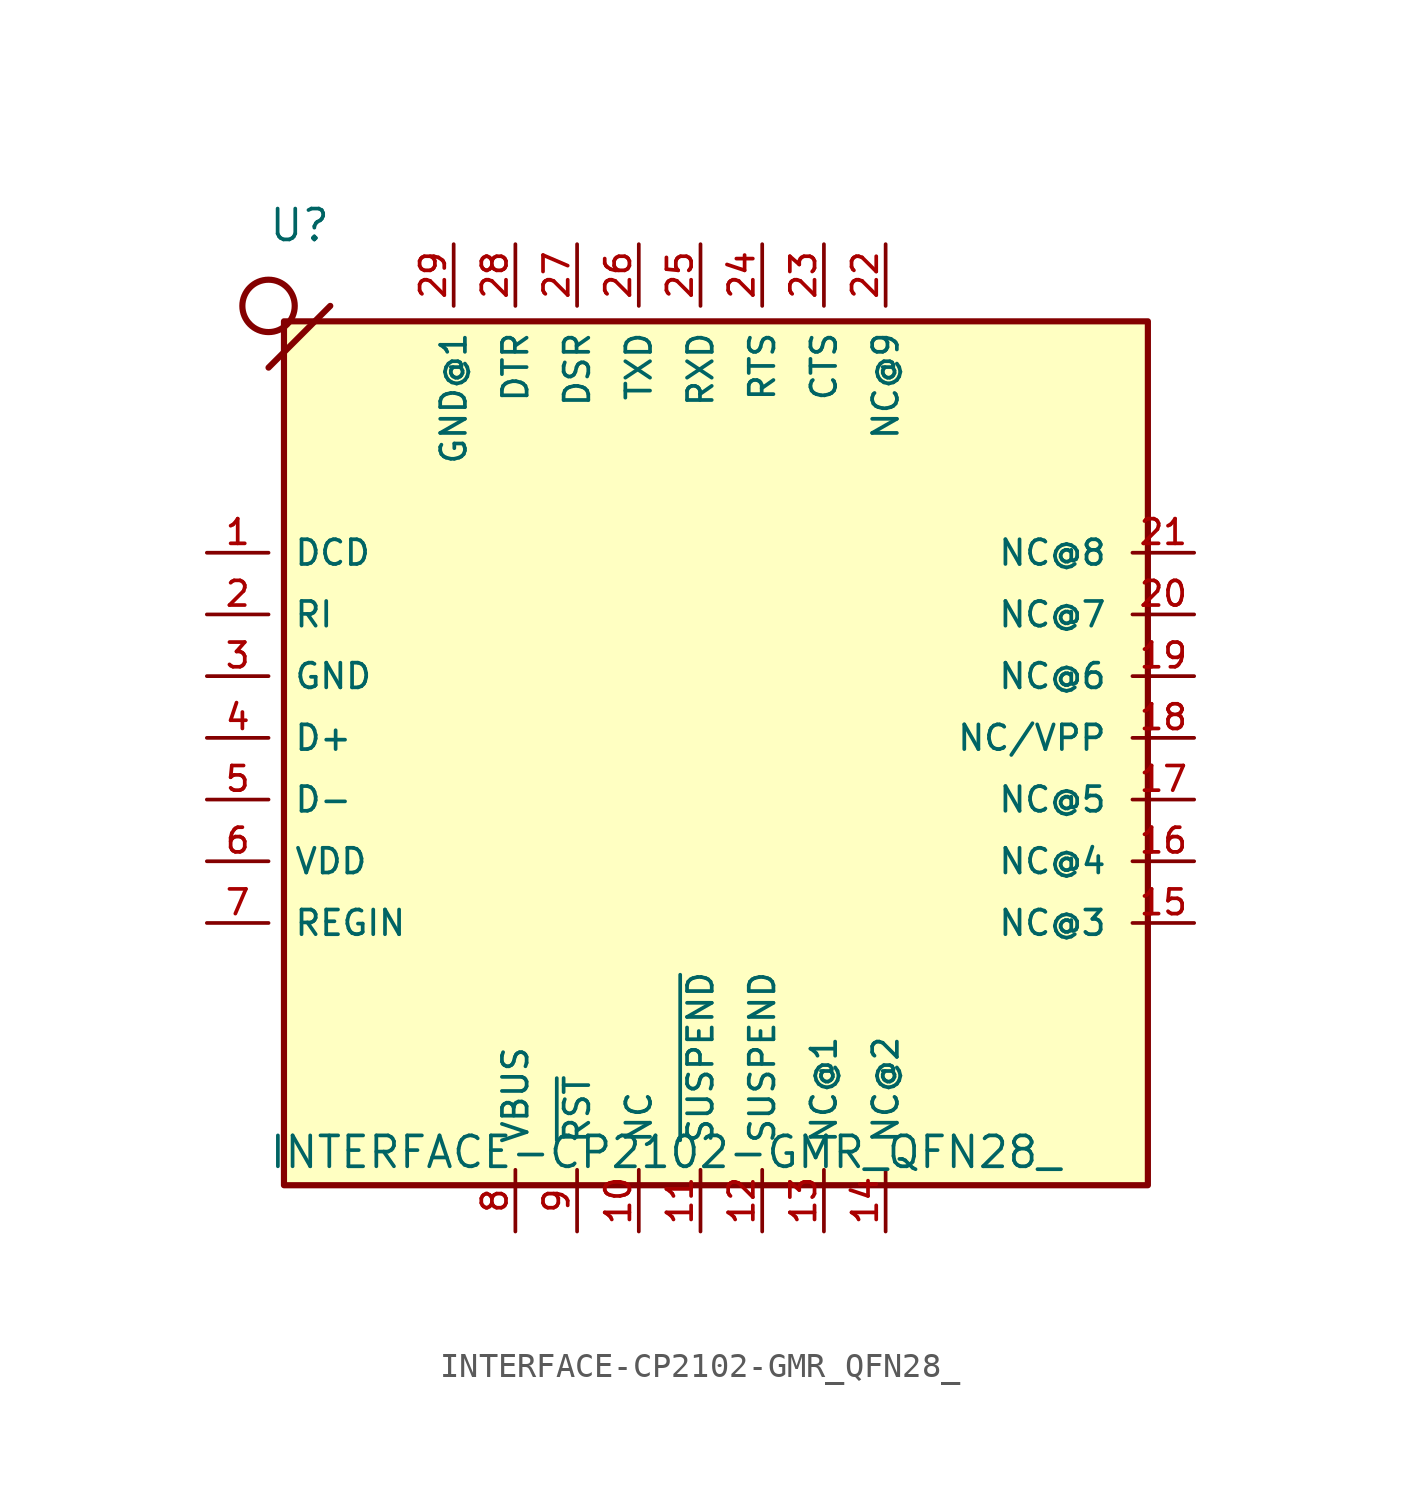
<source format=kicad_sym>
(kicad_symbol_lib
  (version 20241209)
  (generator "kicad_symbol_editor")
  (generator_version "9.0")
  (symbol "INTERFACE-CP2102-GMR_QFN28_"
    (pin_names
      (offset 1.016))
    (property "Reference" "U"
      (at -17.809 20.353 0)
      (effects (font (size 1.27 1.27)) (justify left bottom)))
    (property "Value" "INTERFACE-CP2102-GMR_QFN28_"
      (at -17.798 -17.798 0)
      (effects (font (size 1.27 1.27)) (justify left bottom)))
    (symbol "INTERFACE-CP2102-GMR_QFN28__0_0"
      (circle (center -17.78 17.78) (radius 1.078) (stroke (width 0.254) (type default)) (fill (type none)))
      (polyline (pts (xy -17.78 15.24) (xy -15.24 17.78)) (stroke (width 0.254) (type default)) (fill (type none)))
      (rectangle (start -17.145 -18.415) (end 18.415 17.145) (stroke (width 0.254) (type default)) (fill (type background)))
      (pin bidirectional line (at -20.32 7.62 0) (length 2.54) (name "DCD" (effects (font (size 1.016 1.016)))) (number "1" (effects (font (size 1.016 1.016)))))
      (pin bidirectional line (at -20.32 5.08 0) (length 2.54) (name "RI" (effects (font (size 1.016 1.016)))) (number "2" (effects (font (size 1.016 1.016)))))
      (pin bidirectional line (at -20.32 2.54 0) (length 2.54) (name "GND" (effects (font (size 1.016 1.016)))) (number "3" (effects (font (size 1.016 1.016)))))
      (pin bidirectional line (at -20.32 0 0) (length 2.54) (name "D+" (effects (font (size 1.016 1.016)))) (number "4" (effects (font (size 1.016 1.016)))))
      (pin bidirectional line (at -20.32 -2.54 0) (length 2.54) (name "D-" (effects (font (size 1.016 1.016)))) (number "5" (effects (font (size 1.016 1.016)))))
      (pin bidirectional line (at -20.32 -5.08 0) (length 2.54) (name "VDD" (effects (font (size 1.016 1.016)))) (number "6" (effects (font (size 1.016 1.016)))))
      (pin bidirectional line (at -20.32 -7.62 0) (length 2.54) (name "REGIN" (effects (font (size 1.016 1.016)))) (number "7" (effects (font (size 1.016 1.016)))))
      (pin bidirectional line (at -10.16 20.32 270) (length 2.54) (name "GND@1" (effects (font (size 1.016 1.016)))) (number "29" (effects (font (size 1.016 1.016)))))
      (pin bidirectional line (at -7.62 20.32 270) (length 2.54) (name "DTR" (effects (font (size 1.016 1.016)))) (number "28" (effects (font (size 1.016 1.016)))))
      (pin bidirectional line (at -7.62 -20.32 90) (length 2.54) (name "VBUS" (effects (font (size 1.016 1.016)))) (number "8" (effects (font (size 1.016 1.016)))))
      (pin bidirectional line (at -5.08 20.32 270) (length 2.54) (name "DSR" (effects (font (size 1.016 1.016)))) (number "27" (effects (font (size 1.016 1.016)))))
      (pin bidirectional line (at -5.08 -20.32 90) (length 2.54) (name "~{RST}" (effects (font (size 1.016 1.016)))) (number "9" (effects (font (size 1.016 1.016)))))
      (pin bidirectional line (at -2.54 20.32 270) (length 2.54) (name "TXD" (effects (font (size 1.016 1.016)))) (number "26" (effects (font (size 1.016 1.016)))))
      (pin bidirectional line (at -2.54 -20.32 90) (length 2.54) (name "NC" (effects (font (size 1.016 1.016)))) (number "10" (effects (font (size 1.016 1.016)))))
      (pin bidirectional line (at 0 20.32 270) (length 2.54) (name "RXD" (effects (font (size 1.016 1.016)))) (number "25" (effects (font (size 1.016 1.016)))))
      (pin bidirectional line (at 0 -20.32 90) (length 2.54) (name "~{SUSPEND}" (effects (font (size 1.016 1.016)))) (number "11" (effects (font (size 1.016 1.016)))))
      (pin bidirectional line (at 2.54 20.32 270) (length 2.54) (name "RTS" (effects (font (size 1.016 1.016)))) (number "24" (effects (font (size 1.016 1.016)))))
      (pin bidirectional line (at 2.54 -20.32 90) (length 2.54) (name "SUSPEND" (effects (font (size 1.016 1.016)))) (number "12" (effects (font (size 1.016 1.016)))))
      (pin bidirectional line (at 5.08 20.32 270) (length 2.54) (name "CTS" (effects (font (size 1.016 1.016)))) (number "23" (effects (font (size 1.016 1.016)))))
      (pin bidirectional line (at 5.08 -20.32 90) (length 2.54) (name "NC@1" (effects (font (size 1.016 1.016)))) (number "13" (effects (font (size 1.016 1.016)))))
      (pin bidirectional line (at 7.62 20.32 270) (length 2.54) (name "NC@9" (effects (font (size 1.016 1.016)))) (number "22" (effects (font (size 1.016 1.016)))))
      (pin bidirectional line (at 7.62 -20.32 90) (length 2.54) (name "NC@2" (effects (font (size 1.016 1.016)))) (number "14" (effects (font (size 1.016 1.016)))))
      (pin bidirectional line (at 20.32 7.62 180) (length 2.54) (name "NC@8" (effects (font (size 1.016 1.016)))) (number "21" (effects (font (size 1.016 1.016)))))
      (pin bidirectional line (at 20.32 5.08 180) (length 2.54) (name "NC@7" (effects (font (size 1.016 1.016)))) (number "20" (effects (font (size 1.016 1.016)))))
      (pin bidirectional line (at 20.32 2.54 180) (length 2.54) (name "NC@6" (effects (font (size 1.016 1.016)))) (number "19" (effects (font (size 1.016 1.016)))))
      (pin bidirectional line (at 20.32 0 180) (length 2.54) (name "NC/VPP" (effects (font (size 1.016 1.016)))) (number "18" (effects (font (size 1.016 1.016)))))
      (pin bidirectional line (at 20.32 -2.54 180) (length 2.54) (name "NC@5" (effects (font (size 1.016 1.016)))) (number "17" (effects (font (size 1.016 1.016)))))
      (pin bidirectional line (at 20.32 -5.08 180) (length 2.54) (name "NC@4" (effects (font (size 1.016 1.016)))) (number "16" (effects (font (size 1.016 1.016)))))
      (pin bidirectional line (at 20.32 -7.62 180) (length 2.54) (name "NC@3" (effects (font (size 1.016 1.016)))) (number "15" (effects (font (size 1.016 1.016))))))))
</source>
